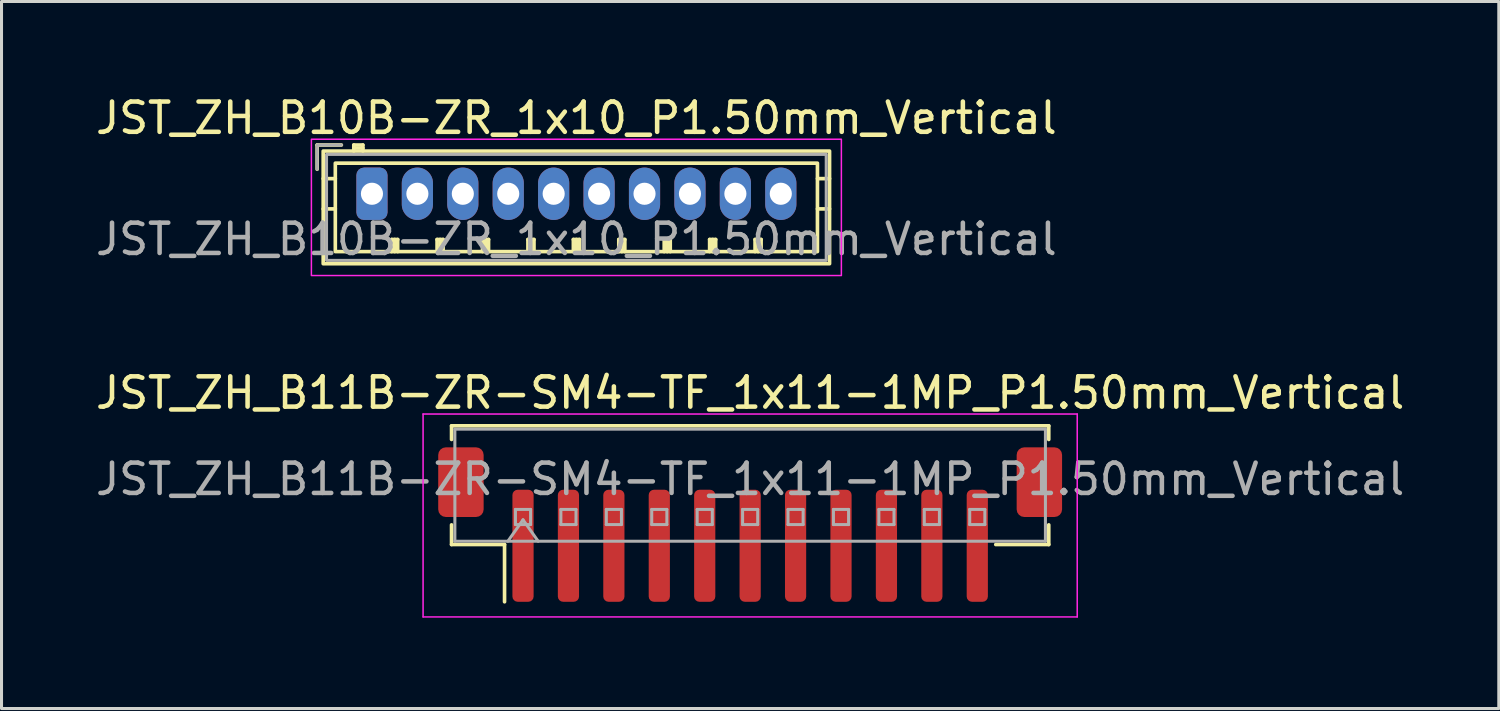
<source format=kicad_pcb>
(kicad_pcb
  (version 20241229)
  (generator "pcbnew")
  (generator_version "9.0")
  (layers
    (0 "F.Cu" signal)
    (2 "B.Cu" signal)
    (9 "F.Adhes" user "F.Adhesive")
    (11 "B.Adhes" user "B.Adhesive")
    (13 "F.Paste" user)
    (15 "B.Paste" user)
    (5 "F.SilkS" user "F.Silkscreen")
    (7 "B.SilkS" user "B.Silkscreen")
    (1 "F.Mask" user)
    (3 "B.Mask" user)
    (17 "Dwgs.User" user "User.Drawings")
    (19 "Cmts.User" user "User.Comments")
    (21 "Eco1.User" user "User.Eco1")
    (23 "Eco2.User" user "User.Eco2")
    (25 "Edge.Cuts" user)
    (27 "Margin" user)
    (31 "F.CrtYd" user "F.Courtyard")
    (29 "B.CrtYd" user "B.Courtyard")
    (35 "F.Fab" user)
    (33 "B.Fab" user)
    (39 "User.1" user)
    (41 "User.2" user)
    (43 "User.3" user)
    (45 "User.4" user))
  (footprint "JST_ZH_B11B-ZR-SM4-TF_1x11-1MP_P1.50mm_Vertical"
    (layer "F.Cu")
    (at 21.72 14.271)
    (property "Reference" "JST_ZH_B11B-ZR-SM4-TF_1x11-1MP_P1.50mm_Vertical" (at 0 -4.35 0) (layer "F.SilkS") (effects (font (size 1 1) (thickness 0.15))))
    (attr smd)
    (fp_line (start -9.86 -3.26) (end 9.86 -3.26) (stroke (width 0.12) (type solid)) (layer "F.SilkS"))
    (fp_line (start -9.86 -2.81) (end -9.86 -3.26) (stroke (width 0.12) (type solid)) (layer "F.SilkS"))
    (fp_line (start -9.86 0.01) (end -9.86 0.66) (stroke (width 0.12) (type solid)) (layer "F.SilkS"))
    (fp_line (start -9.86 0.66) (end -8.11 0.66) (stroke (width 0.12) (type solid)) (layer "F.SilkS"))
    (fp_line (start -8.11 0.66) (end -8.11 2.55) (stroke (width 0.12) (type solid)) (layer "F.SilkS"))
    (fp_line (start 9.86 -3.26) (end 9.86 -2.81) (stroke (width 0.12) (type solid)) (layer "F.SilkS"))
    (fp_line (start 9.86 0.01) (end 9.86 0.66) (stroke (width 0.12) (type solid)) (layer "F.SilkS"))
    (fp_line (start 9.86 0.66) (end 8.11 0.66) (stroke (width 0.12) (type solid)) (layer "F.SilkS"))
    (fp_line (start -10.8 -3.65) (end -10.8 3.05) (stroke (width 0.05) (type solid)) (layer "F.CrtYd"))
    (fp_line (start -10.8 3.05) (end 10.8 3.05) (stroke (width 0.05) (type solid)) (layer "F.CrtYd"))
    (fp_line (start 10.8 -3.65) (end -10.8 -3.65) (stroke (width 0.05) (type solid)) (layer "F.CrtYd"))
    (fp_line (start 10.8 3.05) (end 10.8 -3.65) (stroke (width 0.05) (type solid)) (layer "F.CrtYd"))
    (fp_line (start -9.75 -3.15) (end 9.75 -3.15) (stroke (width 0.1) (type solid)) (layer "F.Fab"))
    (fp_line (start -9.75 0.55) (end -9.75 -3.15) (stroke (width 0.1) (type solid)) (layer "F.Fab"))
    (fp_line (start -9.75 0.55) (end 9.75 0.55) (stroke (width 0.1) (type solid)) (layer "F.Fab"))
    (fp_line (start -8 0.55) (end -7.5 -0.157) (stroke (width 0.1) (type solid)) (layer "F.Fab"))
    (fp_line (start -7.75 -0.5) (end -7.75 0) (stroke (width 0.1) (type solid)) (layer "F.Fab"))
    (fp_line (start -7.75 0) (end -7.25 0) (stroke (width 0.1) (type solid)) (layer "F.Fab"))
    (fp_line (start -7.5 -0.157) (end -7 0.55) (stroke (width 0.1) (type solid)) (layer "F.Fab"))
    (fp_line (start -7.25 -0.5) (end -7.75 -0.5) (stroke (width 0.1) (type solid)) (layer "F.Fab"))
    (fp_line (start -7.25 0) (end -7.25 -0.5) (stroke (width 0.1) (type solid)) (layer "F.Fab"))
    (fp_line (start -6.25 -0.5) (end -6.25 0) (stroke (width 0.1) (type solid)) (layer "F.Fab"))
    (fp_line (start -6.25 0) (end -5.75 0) (stroke (width 0.1) (type solid)) (layer "F.Fab"))
    (fp_line (start -5.75 -0.5) (end -6.25 -0.5) (stroke (width 0.1) (type solid)) (layer "F.Fab"))
    (fp_line (start -5.75 0) (end -5.75 -0.5) (stroke (width 0.1) (type solid)) (layer "F.Fab"))
    (fp_line (start -4.75 -0.5) (end -4.75 0) (stroke (width 0.1) (type solid)) (layer "F.Fab"))
    (fp_line (start -4.75 0) (end -4.25 0) (stroke (width 0.1) (type solid)) (layer "F.Fab"))
    (fp_line (start -4.25 -0.5) (end -4.75 -0.5) (stroke (width 0.1) (type solid)) (layer "F.Fab"))
    (fp_line (start -4.25 0) (end -4.25 -0.5) (stroke (width 0.1) (type solid)) (layer "F.Fab"))
    (fp_line (start -3.25 -0.5) (end -3.25 0) (stroke (width 0.1) (type solid)) (layer "F.Fab"))
    (fp_line (start -3.25 0) (end -2.75 0) (stroke (width 0.1) (type solid)) (layer "F.Fab"))
    (fp_line (start -2.75 -0.5) (end -3.25 -0.5) (stroke (width 0.1) (type solid)) (layer "F.Fab"))
    (fp_line (start -2.75 0) (end -2.75 -0.5) (stroke (width 0.1) (type solid)) (layer "F.Fab"))
    (fp_line (start -1.75 -0.5) (end -1.75 0) (stroke (width 0.1) (type solid)) (layer "F.Fab"))
    (fp_line (start -1.75 0) (end -1.25 0) (stroke (width 0.1) (type solid)) (layer "F.Fab"))
    (fp_line (start -1.25 -0.5) (end -1.75 -0.5) (stroke (width 0.1) (type solid)) (layer "F.Fab"))
    (fp_line (start -1.25 0) (end -1.25 -0.5) (stroke (width 0.1) (type solid)) (layer "F.Fab"))
    (fp_line (start -0.25 -0.5) (end -0.25 0) (stroke (width 0.1) (type solid)) (layer "F.Fab"))
    (fp_line (start -0.25 0) (end 0.25 0) (stroke (width 0.1) (type solid)) (layer "F.Fab"))
    (fp_line (start 0.25 -0.5) (end -0.25 -0.5) (stroke (width 0.1) (type solid)) (layer "F.Fab"))
    (fp_line (start 0.25 0) (end 0.25 -0.5) (stroke (width 0.1) (type solid)) (layer "F.Fab"))
    (fp_line (start 1.25 -0.5) (end 1.25 0) (stroke (width 0.1) (type solid)) (layer "F.Fab"))
    (fp_line (start 1.25 0) (end 1.75 0) (stroke (width 0.1) (type solid)) (layer "F.Fab"))
    (fp_line (start 1.75 -0.5) (end 1.25 -0.5) (stroke (width 0.1) (type solid)) (layer "F.Fab"))
    (fp_line (start 1.75 0) (end 1.75 -0.5) (stroke (width 0.1) (type solid)) (layer "F.Fab"))
    (fp_line (start 2.75 -0.5) (end 2.75 0) (stroke (width 0.1) (type solid)) (layer "F.Fab"))
    (fp_line (start 2.75 0) (end 3.25 0) (stroke (width 0.1) (type solid)) (layer "F.Fab"))
    (fp_line (start 3.25 -0.5) (end 2.75 -0.5) (stroke (width 0.1) (type solid)) (layer "F.Fab"))
    (fp_line (start 3.25 0) (end 3.25 -0.5) (stroke (width 0.1) (type solid)) (layer "F.Fab"))
    (fp_line (start 4.25 -0.5) (end 4.25 0) (stroke (width 0.1) (type solid)) (layer "F.Fab"))
    (fp_line (start 4.25 0) (end 4.75 0) (stroke (width 0.1) (type solid)) (layer "F.Fab"))
    (fp_line (start 4.75 -0.5) (end 4.25 -0.5) (stroke (width 0.1) (type solid)) (layer "F.Fab"))
    (fp_line (start 4.75 0) (end 4.75 -0.5) (stroke (width 0.1) (type solid)) (layer "F.Fab"))
    (fp_line (start 5.75 -0.5) (end 5.75 0) (stroke (width 0.1) (type solid)) (layer "F.Fab"))
    (fp_line (start 5.75 0) (end 6.25 0) (stroke (width 0.1) (type solid)) (layer "F.Fab"))
    (fp_line (start 6.25 -0.5) (end 5.75 -0.5) (stroke (width 0.1) (type solid)) (layer "F.Fab"))
    (fp_line (start 6.25 0) (end 6.25 -0.5) (stroke (width 0.1) (type solid)) (layer "F.Fab"))
    (fp_line (start 7.25 -0.5) (end 7.25 0) (stroke (width 0.1) (type solid)) (layer "F.Fab"))
    (fp_line (start 7.25 0) (end 7.75 0) (stroke (width 0.1) (type solid)) (layer "F.Fab"))
    (fp_line (start 7.75 -0.5) (end 7.25 -0.5) (stroke (width 0.1) (type solid)) (layer "F.Fab"))
    (fp_line (start 7.75 0) (end 7.75 -0.5) (stroke (width 0.1) (type solid)) (layer "F.Fab"))
    (fp_line (start 9.75 0.55) (end 9.75 -3.15) (stroke (width 0.1) (type solid)) (layer "F.Fab"))
    (fp_text user "${REFERENCE}" (at 0 -1.5 0) (layer "F.Fab") (effects (font (size 1 1) (thickness 0.15))))
    (pad "1" smd roundrect (at -7.5 0.7) (size 0.7 3.7) (layers "F.Cu" "F.Mask" "F.Paste") (roundrect_rratio 0.25))
    (pad "2" smd roundrect (at -6 0.7) (size 0.7 3.7) (layers "F.Cu" "F.Mask" "F.Paste") (roundrect_rratio 0.25))
    (pad "3" smd roundrect (at -4.5 0.7) (size 0.7 3.7) (layers "F.Cu" "F.Mask" "F.Paste") (roundrect_rratio 0.25))
    (pad "4" smd roundrect (at -3 0.7) (size 0.7 3.7) (layers "F.Cu" "F.Mask" "F.Paste") (roundrect_rratio 0.25))
    (pad "5" smd roundrect (at -1.5 0.7) (size 0.7 3.7) (layers "F.Cu" "F.Mask" "F.Paste") (roundrect_rratio 0.25))
    (pad "6" smd roundrect (at 0 0.7) (size 0.7 3.7) (layers "F.Cu" "F.Mask" "F.Paste") (roundrect_rratio 0.25))
    (pad "7" smd roundrect (at 1.5 0.7) (size 0.7 3.7) (layers "F.Cu" "F.Mask" "F.Paste") (roundrect_rratio 0.25))
    (pad "8" smd roundrect (at 3 0.7) (size 0.7 3.7) (layers "F.Cu" "F.Mask" "F.Paste") (roundrect_rratio 0.25))
    (pad "9" smd roundrect (at 4.5 0.7) (size 0.7 3.7) (layers "F.Cu" "F.Mask" "F.Paste") (roundrect_rratio 0.25))
    (pad "10" smd roundrect (at 6 0.7) (size 0.7 3.7) (layers "F.Cu" "F.Mask" "F.Paste") (roundrect_rratio 0.25))
    (pad "11" smd roundrect (at 7.5 0.7) (size 0.7 3.7) (layers "F.Cu" "F.Mask" "F.Paste") (roundrect_rratio 0.25))
    (pad "MP" smd roundrect (at -9.55 -1.4) (size 1.5 2.3) (layers "F.Cu" "F.Mask" "F.Paste") (roundrect_rratio 0.167))
    (pad "MP" smd roundrect (at 9.55 -1.4) (size 1.5 2.3) (layers "F.Cu" "F.Mask" "F.Paste") (roundrect_rratio 0.167)))
  (footprint "JST_ZH_B10B-ZR_1x10_P1.50mm_Vertical"
    (layer "F.Cu")
    (at 9.232 3.348)
    (property "Reference" "JST_ZH_B10B-ZR_1x10_P1.50mm_Vertical" (at 6.75 -2.5 0) (layer "F.SilkS") (effects (font (size 1 1) (thickness 0.15))))
    (attr through_hole)
    (fp_line (start -1.81 -1.61) (end -1.81 -0.81) (stroke (width 0.12) (type solid)) (layer "F.SilkS"))
    (fp_line (start -1.61 -0.5) (end -1.21 -0.5) (stroke (width 0.12) (type solid)) (layer "F.SilkS"))
    (fp_line (start -1.61 0.5) (end -1.21 0.5) (stroke (width 0.12) (type solid)) (layer "F.SilkS"))
    (fp_line (start -1.01 -1.61) (end -1.81 -1.61) (stroke (width 0.12) (type solid)) (layer "F.SilkS"))
    (fp_line (start -0.6 -1.61) (end -0.6 -1.41) (stroke (width 0.12) (type solid)) (layer "F.SilkS"))
    (fp_line (start -0.3 -1.61) (end -0.6 -1.61) (stroke (width 0.12) (type solid)) (layer "F.SilkS"))
    (fp_line (start -0.3 -1.51) (end -0.6 -1.51) (stroke (width 0.12) (type solid)) (layer "F.SilkS"))
    (fp_line (start -0.3 -1.41) (end -0.3 -1.61) (stroke (width 0.12) (type solid)) (layer "F.SilkS"))
    (fp_line (start 0.65 1.51) (end 0.85 1.51) (stroke (width 0.12) (type solid)) (layer "F.SilkS"))
    (fp_line (start 0.65 1.91) (end 0.65 1.51) (stroke (width 0.12) (type solid)) (layer "F.SilkS"))
    (fp_line (start 0.75 1.91) (end 0.75 1.51) (stroke (width 0.12) (type solid)) (layer "F.SilkS"))
    (fp_line (start 0.85 1.51) (end 0.85 1.91) (stroke (width 0.12) (type solid)) (layer "F.SilkS"))
    (fp_line (start 2.15 1.51) (end 2.35 1.51) (stroke (width 0.12) (type solid)) (layer "F.SilkS"))
    (fp_line (start 2.15 1.91) (end 2.15 1.51) (stroke (width 0.12) (type solid)) (layer "F.SilkS"))
    (fp_line (start 2.25 1.91) (end 2.25 1.51) (stroke (width 0.12) (type solid)) (layer "F.SilkS"))
    (fp_line (start 2.35 1.51) (end 2.35 1.91) (stroke (width 0.12) (type solid)) (layer "F.SilkS"))
    (fp_line (start 3.65 1.51) (end 3.85 1.51) (stroke (width 0.12) (type solid)) (layer "F.SilkS"))
    (fp_line (start 3.65 1.91) (end 3.65 1.51) (stroke (width 0.12) (type solid)) (layer "F.SilkS"))
    (fp_line (start 3.75 1.91) (end 3.75 1.51) (stroke (width 0.12) (type solid)) (layer "F.SilkS"))
    (fp_line (start 3.85 1.51) (end 3.85 1.91) (stroke (width 0.12) (type solid)) (layer "F.SilkS"))
    (fp_line (start 5.15 1.51) (end 5.35 1.51) (stroke (width 0.12) (type solid)) (layer "F.SilkS"))
    (fp_line (start 5.15 1.91) (end 5.15 1.51) (stroke (width 0.12) (type solid)) (layer "F.SilkS"))
    (fp_line (start 5.25 1.91) (end 5.25 1.51) (stroke (width 0.12) (type solid)) (layer "F.SilkS"))
    (fp_line (start 5.35 1.51) (end 5.35 1.91) (stroke (width 0.12) (type solid)) (layer "F.SilkS"))
    (fp_line (start 6.65 1.51) (end 6.85 1.51) (stroke (width 0.12) (type solid)) (layer "F.SilkS"))
    (fp_line (start 6.65 1.91) (end 6.65 1.51) (stroke (width 0.12) (type solid)) (layer "F.SilkS"))
    (fp_line (start 6.75 1.91) (end 6.75 1.51) (stroke (width 0.12) (type solid)) (layer "F.SilkS"))
    (fp_line (start 6.85 1.51) (end 6.85 1.91) (stroke (width 0.12) (type solid)) (layer "F.SilkS"))
    (fp_line (start 8.15 1.51) (end 8.35 1.51) (stroke (width 0.12) (type solid)) (layer "F.SilkS"))
    (fp_line (start 8.15 1.91) (end 8.15 1.51) (stroke (width 0.12) (type solid)) (layer "F.SilkS"))
    (fp_line (start 8.25 1.91) (end 8.25 1.51) (stroke (width 0.12) (type solid)) (layer "F.SilkS"))
    (fp_line (start 8.35 1.51) (end 8.35 1.91) (stroke (width 0.12) (type solid)) (layer "F.SilkS"))
    (fp_line (start 9.65 1.51) (end 9.85 1.51) (stroke (width 0.12) (type solid)) (layer "F.SilkS"))
    (fp_line (start 9.65 1.91) (end 9.65 1.51) (stroke (width 0.12) (type solid)) (layer "F.SilkS"))
    (fp_line (start 9.75 1.91) (end 9.75 1.51) (stroke (width 0.12) (type solid)) (layer "F.SilkS"))
    (fp_line (start 9.85 1.51) (end 9.85 1.91) (stroke (width 0.12) (type solid)) (layer "F.SilkS"))
    (fp_line (start 11.15 1.51) (end 11.35 1.51) (stroke (width 0.12) (type solid)) (layer "F.SilkS"))
    (fp_line (start 11.15 1.91) (end 11.15 1.51) (stroke (width 0.12) (type solid)) (layer "F.SilkS"))
    (fp_line (start 11.25 1.91) (end 11.25 1.51) (stroke (width 0.12) (type solid)) (layer "F.SilkS"))
    (fp_line (start 11.35 1.51) (end 11.35 1.91) (stroke (width 0.12) (type solid)) (layer "F.SilkS"))
    (fp_line (start 12.65 1.51) (end 12.85 1.51) (stroke (width 0.12) (type solid)) (layer "F.SilkS"))
    (fp_line (start 12.65 1.91) (end 12.65 1.51) (stroke (width 0.12) (type solid)) (layer "F.SilkS"))
    (fp_line (start 12.75 1.91) (end 12.75 1.51) (stroke (width 0.12) (type solid)) (layer "F.SilkS"))
    (fp_line (start 12.85 1.51) (end 12.85 1.91) (stroke (width 0.12) (type solid)) (layer "F.SilkS"))
    (fp_line (start 15.11 -0.5) (end 14.71 -0.5) (stroke (width 0.12) (type solid)) (layer "F.SilkS"))
    (fp_line (start 15.11 0.5) (end 14.71 0.5) (stroke (width 0.12) (type solid)) (layer "F.SilkS"))
    (fp_rect (start -1.61 -1.41) (end 15.11 2.31) (stroke (width 0.12) (type solid)) (fill no) (layer "F.SilkS"))
    (fp_rect (start -1.21 -1.01) (end 14.71 1.91) (stroke (width 0.12) (type solid)) (fill no) (layer "F.SilkS"))
    (fp_rect (start -2 -1.8) (end 15.5 2.7) (stroke (width 0.05) (type solid)) (fill no) (layer "F.CrtYd"))
    (fp_line (start -1.81 -1.61) (end -1.81 -0.81) (stroke (width 0.1) (type solid)) (layer "F.Fab"))
    (fp_line (start -1.01 -1.61) (end -1.81 -1.61) (stroke (width 0.1) (type solid)) (layer "F.Fab"))
    (fp_rect (start -1.5 -1.3) (end 15 2.2) (stroke (width 0.1) (type solid)) (fill no) (layer "F.Fab"))
    (fp_text user "${REFERENCE}" (at 6.75 1.5 0) (layer "F.Fab") (effects (font (size 1 1) (thickness 0.15))))
    (pad "1" thru_hole roundrect (at 0 0) (size 1.03 1.73) (drill 0.73) (layers "*.Cu" "*.Mask") (roundrect_rratio 0.243))
    (pad "2" thru_hole oval (at 1.5 0) (size 1.03 1.73) (drill 0.73) (layers "*.Cu" "*.Mask"))
    (pad "3" thru_hole oval (at 3 0) (size 1.03 1.73) (drill 0.73) (layers "*.Cu" "*.Mask"))
    (pad "4" thru_hole oval (at 4.5 0) (size 1.03 1.73) (drill 0.73) (layers "*.Cu" "*.Mask"))
    (pad "5" thru_hole oval (at 6 0) (size 1.03 1.73) (drill 0.73) (layers "*.Cu" "*.Mask"))
    (pad "6" thru_hole oval (at 7.5 0) (size 1.03 1.73) (drill 0.73) (layers "*.Cu" "*.Mask"))
    (pad "7" thru_hole oval (at 9 0) (size 1.03 1.73) (drill 0.73) (layers "*.Cu" "*.Mask"))
    (pad "8" thru_hole oval (at 10.5 0) (size 1.03 1.73) (drill 0.73) (layers "*.Cu" "*.Mask"))
    (pad "9" thru_hole oval (at 12 0) (size 1.03 1.73) (drill 0.73) (layers "*.Cu" "*.Mask"))
    (pad "10" thru_hole oval (at 13.5 0) (size 1.03 1.73) (drill 0.73) (layers "*.Cu" "*.Mask")))
  (gr_rect
    (start -3 -3)
    (end 46.44 20.346)
    (stroke (width 0.1) (type default))
    (fill no)
    (layer "Edge.Cuts")))
</source>
